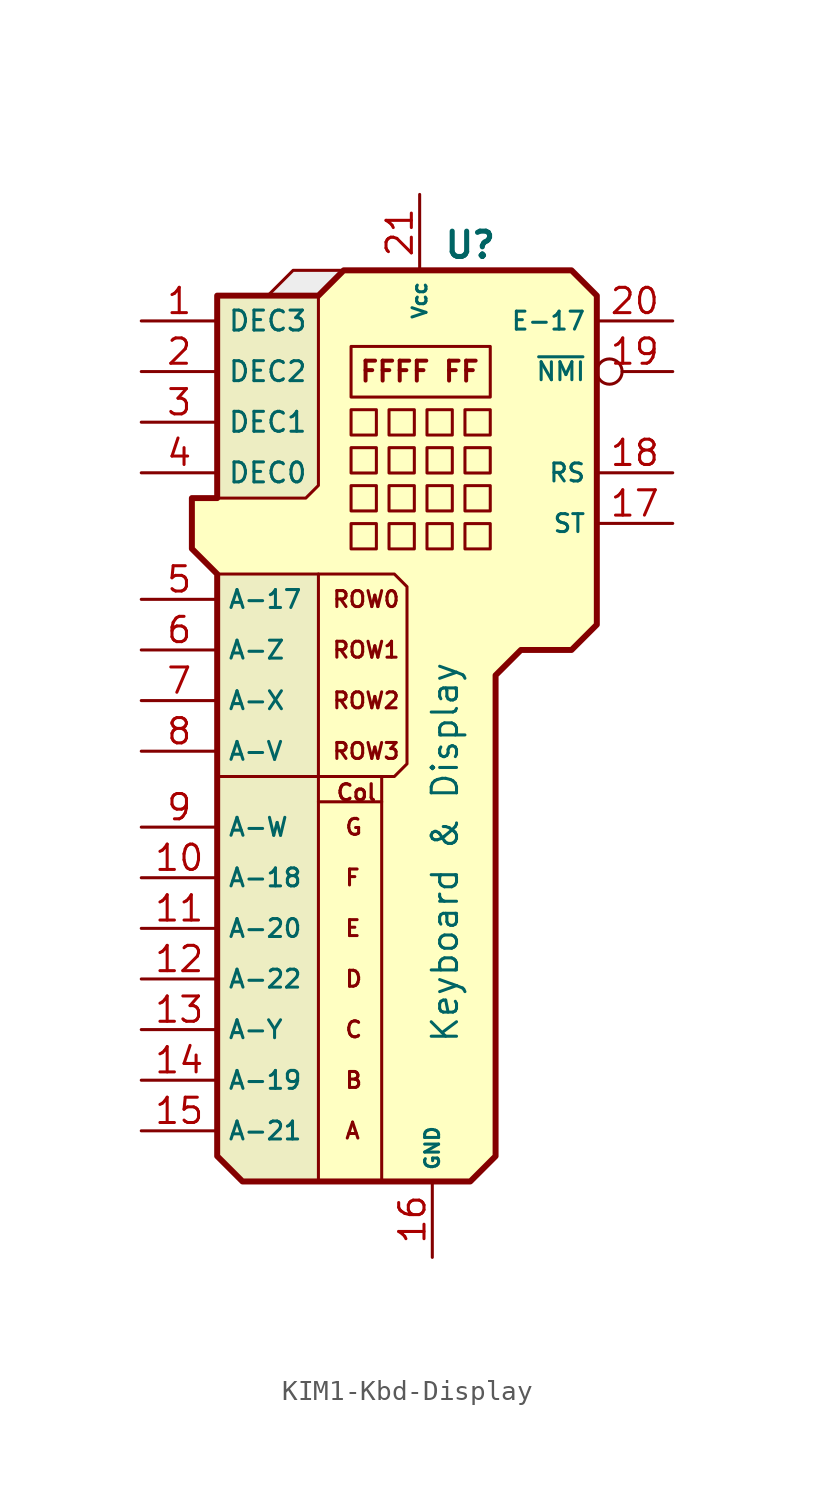
<source format=kicad_sym>
(kicad_symbol_lib
  (version 20241209)
  (generator "kicad_symbol_editor")
  (generator_version "9.0")
  (symbol "KIM1-Kbd-Display"
    (property "Reference" "U"
      (at 6.35 17.78 0)
      (do_not_autoplace)
      (effects (font (size 1.27 1.27) (thickness 0.254) (bold yes))))
    (property "Value" "Keyboard & Display"
      (at 5.08 -12.7 90)
      (do_not_autoplace)
      (effects (font (size 1.27 1.27))))
    (symbol "KIM1-Kbd-Display_0_1"
      (polyline (pts (xy -6.35 15.24) (xy -1.27 15.24) (xy 0 16.51) (xy 11.43 16.51) (xy 12.7 15.24) (xy 12.7 -1.27) (xy 11.43 -2.54) (xy 8.89 -2.54) (xy 7.62 -3.81) (xy 7.62 -27.94) (xy 6.35 -29.21) (xy -5.08 -29.21) (xy -6.35 -27.94) (xy -6.35 1.27) (xy -7.62 2.54) (xy -7.62 5.08) (xy -6.35 5.08) (xy -6.35 15.24)) (stroke (width 0.3) (type default)) (fill (type background))))
    (symbol "KIM1-Kbd-Display_1_1"
      (polyline (pts (xy -6.35 15.24) (xy -3.81 15.24) (xy -2.54 16.51) (xy 0 16.51) (xy -1.27 15.24) (xy -1.27 5.715) (xy -1.905 5.08) (xy -6.35 5.08) (xy -6.35 15.24)) (stroke (width 0) (type solid)) (fill (type color) (color 194 194 194 0.3)))
      (polyline (pts (xy -6.35 1.27) (xy -3.81 1.27) (xy -1.27 1.27) (xy -1.27 0) (xy -1.27 -29.21) (xy -5.08 -29.21) (xy -6.35 -27.94) (xy -6.35 -1.27)) (stroke (width 0) (type solid)) (fill (type color) (color 194 194 194 0.3)))
      (polyline (pts (xy -6.35 -8.89) (xy 1.905 -8.89) (xy 1.905 -29.21)) (stroke (width 0) (type default)) (fill (type none)))
      (polyline (pts (xy -1.27 1.27) (xy 2.54 1.27) (xy 3.175 0.635) (xy 3.175 -8.255) (xy 2.54 -8.89) (xy 1.905 -8.89)) (stroke (width 0) (type default)) (fill (type none)))
      (polyline (pts (xy -1.27 -10.16) (xy 1.905 -10.16)) (stroke (width 0) (type default)) (fill (type none)))
      (rectangle (start 0.368 12.691) (end 7.353 10.151) (stroke (width 0) (type default)) (fill (type none)))
      (rectangle (start 0.368 9.516) (end 1.638 8.246) (stroke (width 0) (type default)) (fill (type none)))
      (rectangle (start 0.368 7.611) (end 1.638 6.341) (stroke (width 0) (type default)) (fill (type none)))
      (rectangle (start 0.368 5.706) (end 1.638 4.436) (stroke (width 0) (type default)) (fill (type none)))
      (rectangle (start 0.368 3.801) (end 1.638 2.531) (stroke (width 0) (type default)) (fill (type none)))
      (rectangle (start 2.273 9.516) (end 3.543 8.246) (stroke (width 0) (type default)) (fill (type none)))
      (rectangle (start 2.273 7.611) (end 3.543 6.341) (stroke (width 0) (type default)) (fill (type none)))
      (rectangle (start 2.273 5.706) (end 3.543 4.436) (stroke (width 0) (type default)) (fill (type none)))
      (rectangle (start 2.273 3.801) (end 3.543 2.531) (stroke (width 0) (type default)) (fill (type none)))
      (rectangle (start 4.178 9.516) (end 5.448 8.246) (stroke (width 0) (type default)) (fill (type none)))
      (rectangle (start 4.178 7.611) (end 5.448 6.341) (stroke (width 0) (type default)) (fill (type none)))
      (rectangle (start 4.178 5.706) (end 5.448 4.436) (stroke (width 0) (type default)) (fill (type none)))
      (rectangle (start 4.178 3.801) (end 5.448 2.531) (stroke (width 0) (type default)) (fill (type none)))
      (rectangle (start 6.083 9.516) (end 7.353 8.246) (stroke (width 0) (type default)) (fill (type none)))
      (rectangle (start 6.083 7.611) (end 7.353 6.341) (stroke (width 0) (type default)) (fill (type none)))
      (rectangle (start 6.083 5.706) (end 7.353 4.436) (stroke (width 0) (type default)) (fill (type none)))
      (rectangle (start 6.083 3.801) (end 7.353 2.531) (stroke (width 0) (type default)) (fill (type none)))
      (text "ROW0" (at -0.635 0 0) (effects (font (size 0.8 0.8)) (justify left)))
      (text "ROW1" (at -0.635 -2.54 0) (effects (font (size 0.8 0.8)) (justify left)))
      (text "ROW2" (at -0.635 -5.08 0) (effects (font (size 0.8 0.8)) (justify left)))
      (text "ROW3" (at -0.635 -7.62 0) (effects (font (size 0.8 0.8)) (justify left)))
      (text "G" (at 0 -11.43 0) (effects (font (size 0.8 0.8)) (justify left)))
      (text "F" (at 0 -13.97 0) (effects (font (size 0.8 0.8)) (justify left)))
      (text "E" (at 0 -16.51 0) (effects (font (size 0.8 0.8)) (justify left)))
      (text "D" (at 0 -19.05 0) (effects (font (size 0.8 0.8)) (justify left)))
      (text "C" (at 0 -21.59 0) (effects (font (size 0.8 0.8)) (justify left)))
      (text "B" (at 0 -24.13 0) (effects (font (size 0.8 0.8)) (justify left)))
      (text "A" (at 0 -26.67 0) (effects (font (size 0.8 0.8)) (justify left)))
      (text "Col" (at 0.635 -10.16 0) (effects (font (size 0.8 0.8) (thickness 0.16) (bold yes)) (justify bottom)))
      (text "FFFF FF" (at 3.81 11.43 0) (effects (font (size 1 1) (thickness 0.2) (bold yes))))
      (pin input line (at -10.16 13.97 0) (length 3.81) (name "DEC3" (effects (font (size 1 1)))) (number "1" (effects (font (size 1.27 1.27)))))
      (pin input line (at -10.16 11.43 0) (length 3.81) (name "DEC2" (effects (font (size 1 1)))) (number "2" (effects (font (size 1.27 1.27)))))
      (pin input line (at -10.16 8.89 0) (length 3.81) (name "DEC1" (effects (font (size 1 1)))) (number "3" (effects (font (size 1.27 1.27)))))
      (pin input line (at -10.16 6.35 0) (length 3.81) (name "DEC0" (effects (font (size 1 1)))) (number "4" (effects (font (size 1.27 1.27)))))
      (pin output line (at -10.16 0 0) (length 3.81) (name "A-17" (effects (font (size 0.9 0.9)))) (number "5" (effects (font (size 1.27 1.27)))))
      (pin output line (at -10.16 -2.54 0) (length 3.81) (name "A-Z" (effects (font (size 0.9 0.9)))) (number "6" (effects (font (size 1.27 1.27)))))
      (pin output line (at -10.16 -5.08 0) (length 3.81) (name "A-X" (effects (font (size 0.9 0.9)))) (number "7" (effects (font (size 1.27 1.27)))))
      (pin output line (at -10.16 -7.62 0) (length 3.81) (name "A-V" (effects (font (size 0.9 0.9)))) (number "8" (effects (font (size 1.27 1.27)))))
      (pin input line (at -10.16 -11.43 0) (length 3.81) (name "A-W" (effects (font (size 0.9 0.9)))) (number "9" (effects (font (size 1.27 1.27)))))
      (pin input line (at -10.16 -13.97 0) (length 3.81) (name "A-18" (effects (font (size 0.9 0.9)))) (number "10" (effects (font (size 1.27 1.27)))))
      (pin input line (at -10.16 -16.51 0) (length 3.81) (name "A-20" (effects (font (size 0.9 0.9)))) (number "11" (effects (font (size 1.27 1.27)))))
      (pin input line (at -10.16 -19.05 0) (length 3.81) (name "A-22" (effects (font (size 0.9 0.9)))) (number "12" (effects (font (size 1.27 1.27)))))
      (pin input line (at -10.16 -21.59 0) (length 3.81) (name "A-Y" (effects (font (size 0.9 0.9)))) (number "13" (effects (font (size 1.27 1.27)))))
      (pin input line (at -10.16 -24.13 0) (length 3.81) (name "A-19" (effects (font (size 0.9 0.9)))) (number "14" (effects (font (size 1.27 1.27)))))
      (pin input line (at -10.16 -26.67 0) (length 3.81) (name "A-21" (effects (font (size 0.9 0.9)))) (number "15" (effects (font (size 1.27 1.27)))))
      (pin power_in line (at 3.81 20.32 270) (length 3.81) (name "Vcc" (effects (font (size 0.7 0.7)))) (number "21" (effects (font (size 1.27 1.27)))))
      (pin power_in line (at 4.445 -33.02 90) (length 3.81) (name "GND" (effects (font (size 0.7 0.7)))) (number "16" (effects (font (size 1.27 1.27)))))
      (pin input line (at 16.51 13.97 180) (length 3.81) (name "E-17" (effects (font (size 0.9 0.9)))) (number "20" (effects (font (size 1.27 1.27)))))
      (pin output inverted (at 16.51 11.43 180) (length 3.81) (name "~{NMI}" (effects (font (size 0.9 0.9)))) (number "19" (effects (font (size 1.27 1.27)))))
      (pin output line (at 16.51 6.35 180) (length 3.81) (name "RS" (effects (font (size 0.9 0.9)))) (number "18" (effects (font (size 1.27 1.27)))))
      (pin output line (at 16.51 3.81 180) (length 3.81) (name "ST" (effects (font (size 0.9 0.9)))) (number "17" (effects (font (size 1.27 1.27))))))))
</source>
